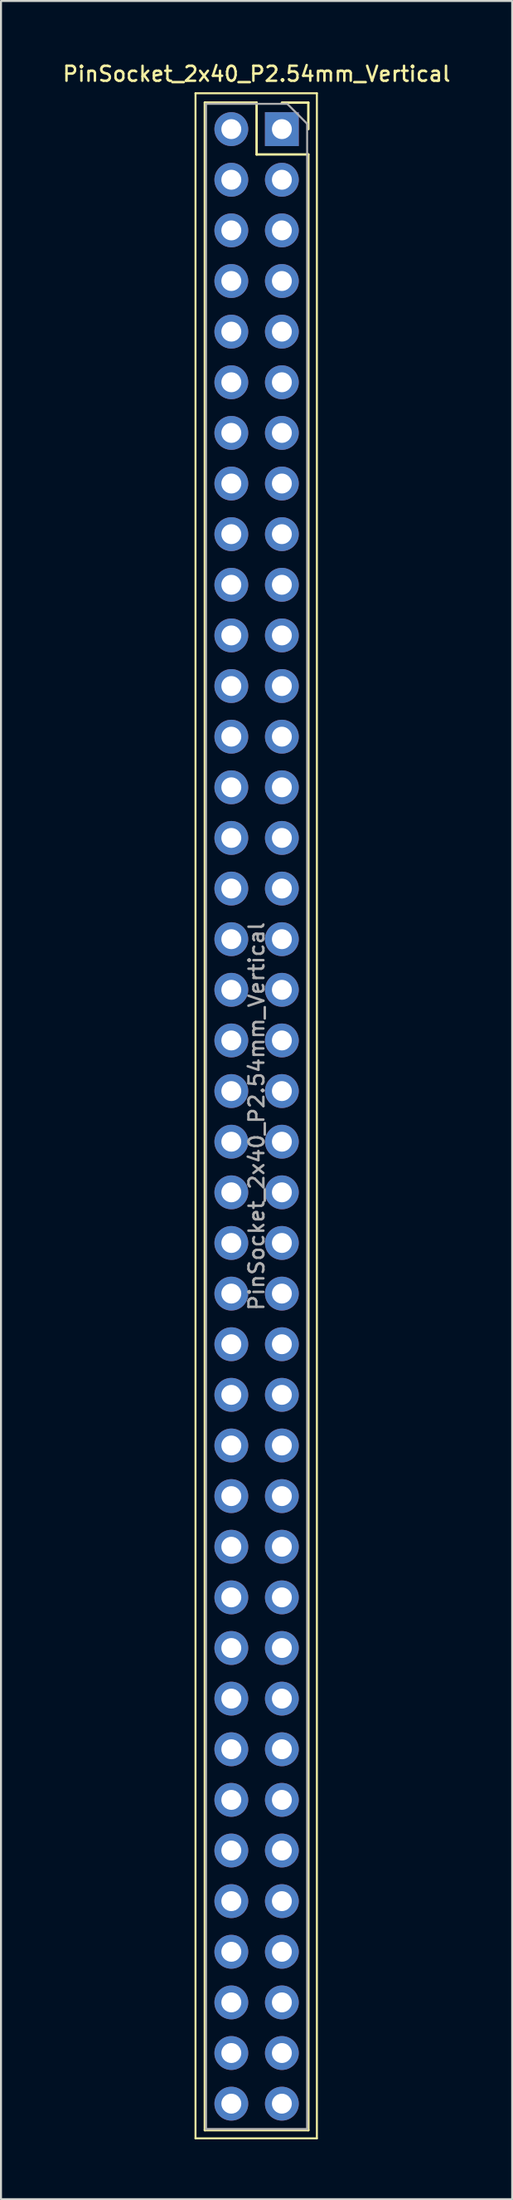
<source format=kicad_pcb>
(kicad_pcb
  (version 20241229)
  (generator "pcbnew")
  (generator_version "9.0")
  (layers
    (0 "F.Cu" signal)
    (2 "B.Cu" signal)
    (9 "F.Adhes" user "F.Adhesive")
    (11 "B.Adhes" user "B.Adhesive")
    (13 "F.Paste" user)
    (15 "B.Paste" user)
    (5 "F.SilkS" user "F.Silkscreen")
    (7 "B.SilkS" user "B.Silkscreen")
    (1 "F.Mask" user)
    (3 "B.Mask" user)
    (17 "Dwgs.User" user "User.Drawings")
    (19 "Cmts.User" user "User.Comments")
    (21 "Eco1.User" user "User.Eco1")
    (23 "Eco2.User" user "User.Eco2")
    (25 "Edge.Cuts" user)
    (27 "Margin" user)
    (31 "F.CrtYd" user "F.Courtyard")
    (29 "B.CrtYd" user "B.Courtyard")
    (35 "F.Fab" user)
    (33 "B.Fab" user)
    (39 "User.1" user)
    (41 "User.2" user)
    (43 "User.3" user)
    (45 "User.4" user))
  (footprint "PinSocket_2x40_P2.54mm_Vertical"
    (layer "F.Cu")
    (at 11.115 3.428)
    (property "Reference" "PinSocket_2x40_P2.54mm_Vertical" (at -1.27 -2.77 0) (layer "F.SilkS") (effects (font (size 0.75 0.75) (thickness 0.125))))
    (attr through_hole)
    (fp_line (start -4.34 -1.8) (end 1.76 -1.8) (stroke (width 0.1) (type solid)) (layer "F.SilkS"))
    (fp_line (start -4.34 100.8) (end -4.34 -1.8) (stroke (width 0.1) (type solid)) (layer "F.SilkS"))
    (fp_line (start -3.87 -1.33) (end -3.87 100.39) (stroke (width 0.12) (type solid)) (layer "F.SilkS"))
    (fp_line (start -3.87 -1.33) (end -1.27 -1.33) (stroke (width 0.12) (type solid)) (layer "F.SilkS"))
    (fp_line (start -3.87 100.39) (end 1.33 100.39) (stroke (width 0.12) (type solid)) (layer "F.SilkS"))
    (fp_line (start -1.27 -1.33) (end -1.27 1.27) (stroke (width 0.12) (type solid)) (layer "F.SilkS"))
    (fp_line (start -1.27 1.27) (end 1.33 1.27) (stroke (width 0.12) (type solid)) (layer "F.SilkS"))
    (fp_line (start 0 -1.33) (end 1.33 -1.33) (stroke (width 0.12) (type solid)) (layer "F.SilkS"))
    (fp_line (start 1.33 -1.33) (end 1.33 0) (stroke (width 0.12) (type solid)) (layer "F.SilkS"))
    (fp_line (start 1.33 1.27) (end 1.33 100.39) (stroke (width 0.12) (type solid)) (layer "F.SilkS"))
    (fp_line (start 1.76 -1.8) (end 1.76 100.8) (stroke (width 0.1) (type solid)) (layer "F.SilkS"))
    (fp_line (start 1.76 100.8) (end -4.34 100.8) (stroke (width 0.1) (type solid)) (layer "F.SilkS"))
    (fp_line (start -3.81 -1.27) (end 0.27 -1.27) (stroke (width 0.1) (type solid)) (layer "F.Fab"))
    (fp_line (start -3.81 100.33) (end -3.81 -1.27) (stroke (width 0.1) (type solid)) (layer "F.Fab"))
    (fp_line (start 0.27 -1.27) (end 1.27 -0.27) (stroke (width 0.1) (type solid)) (layer "F.Fab"))
    (fp_line (start 1.27 -0.27) (end 1.27 100.33) (stroke (width 0.1) (type solid)) (layer "F.Fab"))
    (fp_line (start 1.27 100.33) (end -3.81 100.33) (stroke (width 0.1) (type solid)) (layer "F.Fab"))
    (fp_text user "${REFERENCE}" (at -1.27 49.53 90) (layer "F.Fab") (effects (font (size 0.75 0.75) (thickness 0.125))))
    (pad "1" thru_hole rect (at 0 0) (size 1.7 1.7) (drill 1) (layers "*.Cu" "*.Mask"))
    (pad "2" thru_hole oval (at -2.54 0) (size 1.7 1.7) (drill 1) (layers "*.Cu" "*.Mask"))
    (pad "3" thru_hole oval (at 0 2.54) (size 1.7 1.7) (drill 1) (layers "*.Cu" "*.Mask"))
    (pad "4" thru_hole oval (at -2.54 2.54) (size 1.7 1.7) (drill 1) (layers "*.Cu" "*.Mask"))
    (pad "5" thru_hole oval (at 0 5.08) (size 1.7 1.7) (drill 1) (layers "*.Cu" "*.Mask"))
    (pad "6" thru_hole oval (at -2.54 5.08) (size 1.7 1.7) (drill 1) (layers "*.Cu" "*.Mask"))
    (pad "7" thru_hole oval (at 0 7.62) (size 1.7 1.7) (drill 1) (layers "*.Cu" "*.Mask"))
    (pad "8" thru_hole oval (at -2.54 7.62) (size 1.7 1.7) (drill 1) (layers "*.Cu" "*.Mask"))
    (pad "9" thru_hole oval (at 0 10.16) (size 1.7 1.7) (drill 1) (layers "*.Cu" "*.Mask"))
    (pad "10" thru_hole oval (at -2.54 10.16) (size 1.7 1.7) (drill 1) (layers "*.Cu" "*.Mask"))
    (pad "11" thru_hole oval (at 0 12.7) (size 1.7 1.7) (drill 1) (layers "*.Cu" "*.Mask"))
    (pad "12" thru_hole oval (at -2.54 12.7) (size 1.7 1.7) (drill 1) (layers "*.Cu" "*.Mask"))
    (pad "13" thru_hole oval (at 0 15.24) (size 1.7 1.7) (drill 1) (layers "*.Cu" "*.Mask"))
    (pad "14" thru_hole oval (at -2.54 15.24) (size 1.7 1.7) (drill 1) (layers "*.Cu" "*.Mask"))
    (pad "15" thru_hole oval (at 0 17.78) (size 1.7 1.7) (drill 1) (layers "*.Cu" "*.Mask"))
    (pad "16" thru_hole oval (at -2.54 17.78) (size 1.7 1.7) (drill 1) (layers "*.Cu" "*.Mask"))
    (pad "17" thru_hole oval (at 0 20.32) (size 1.7 1.7) (drill 1) (layers "*.Cu" "*.Mask"))
    (pad "18" thru_hole oval (at -2.54 20.32) (size 1.7 1.7) (drill 1) (layers "*.Cu" "*.Mask"))
    (pad "19" thru_hole oval (at 0 22.86) (size 1.7 1.7) (drill 1) (layers "*.Cu" "*.Mask"))
    (pad "20" thru_hole oval (at -2.54 22.86) (size 1.7 1.7) (drill 1) (layers "*.Cu" "*.Mask"))
    (pad "21" thru_hole oval (at 0 25.4) (size 1.7 1.7) (drill 1) (layers "*.Cu" "*.Mask"))
    (pad "22" thru_hole oval (at -2.54 25.4) (size 1.7 1.7) (drill 1) (layers "*.Cu" "*.Mask"))
    (pad "23" thru_hole oval (at 0 27.94) (size 1.7 1.7) (drill 1) (layers "*.Cu" "*.Mask"))
    (pad "24" thru_hole oval (at -2.54 27.94) (size 1.7 1.7) (drill 1) (layers "*.Cu" "*.Mask"))
    (pad "25" thru_hole oval (at 0 30.48) (size 1.7 1.7) (drill 1) (layers "*.Cu" "*.Mask"))
    (pad "26" thru_hole oval (at -2.54 30.48) (size 1.7 1.7) (drill 1) (layers "*.Cu" "*.Mask"))
    (pad "27" thru_hole oval (at 0 33.02) (size 1.7 1.7) (drill 1) (layers "*.Cu" "*.Mask"))
    (pad "28" thru_hole oval (at -2.54 33.02) (size 1.7 1.7) (drill 1) (layers "*.Cu" "*.Mask"))
    (pad "29" thru_hole oval (at 0 35.56) (size 1.7 1.7) (drill 1) (layers "*.Cu" "*.Mask"))
    (pad "30" thru_hole oval (at -2.54 35.56) (size 1.7 1.7) (drill 1) (layers "*.Cu" "*.Mask"))
    (pad "31" thru_hole oval (at 0 38.1) (size 1.7 1.7) (drill 1) (layers "*.Cu" "*.Mask"))
    (pad "32" thru_hole oval (at -2.54 38.1) (size 1.7 1.7) (drill 1) (layers "*.Cu" "*.Mask"))
    (pad "33" thru_hole oval (at 0 40.64) (size 1.7 1.7) (drill 1) (layers "*.Cu" "*.Mask"))
    (pad "34" thru_hole oval (at -2.54 40.64) (size 1.7 1.7) (drill 1) (layers "*.Cu" "*.Mask"))
    (pad "35" thru_hole oval (at 0 43.18) (size 1.7 1.7) (drill 1) (layers "*.Cu" "*.Mask"))
    (pad "36" thru_hole oval (at -2.54 43.18) (size 1.7 1.7) (drill 1) (layers "*.Cu" "*.Mask"))
    (pad "37" thru_hole oval (at 0 45.72) (size 1.7 1.7) (drill 1) (layers "*.Cu" "*.Mask"))
    (pad "38" thru_hole oval (at -2.54 45.72) (size 1.7 1.7) (drill 1) (layers "*.Cu" "*.Mask"))
    (pad "39" thru_hole oval (at 0 48.26) (size 1.7 1.7) (drill 1) (layers "*.Cu" "*.Mask"))
    (pad "40" thru_hole oval (at -2.54 48.26) (size 1.7 1.7) (drill 1) (layers "*.Cu" "*.Mask"))
    (pad "41" thru_hole oval (at 0 50.8) (size 1.7 1.7) (drill 1) (layers "*.Cu" "*.Mask"))
    (pad "42" thru_hole oval (at -2.54 50.8) (size 1.7 1.7) (drill 1) (layers "*.Cu" "*.Mask"))
    (pad "43" thru_hole oval (at 0 53.34) (size 1.7 1.7) (drill 1) (layers "*.Cu" "*.Mask"))
    (pad "44" thru_hole oval (at -2.54 53.34) (size 1.7 1.7) (drill 1) (layers "*.Cu" "*.Mask"))
    (pad "45" thru_hole oval (at 0 55.88) (size 1.7 1.7) (drill 1) (layers "*.Cu" "*.Mask"))
    (pad "46" thru_hole oval (at -2.54 55.88) (size 1.7 1.7) (drill 1) (layers "*.Cu" "*.Mask"))
    (pad "47" thru_hole oval (at 0 58.42) (size 1.7 1.7) (drill 1) (layers "*.Cu" "*.Mask"))
    (pad "48" thru_hole oval (at -2.54 58.42) (size 1.7 1.7) (drill 1) (layers "*.Cu" "*.Mask"))
    (pad "49" thru_hole oval (at 0 60.96) (size 1.7 1.7) (drill 1) (layers "*.Cu" "*.Mask"))
    (pad "50" thru_hole oval (at -2.54 60.96) (size 1.7 1.7) (drill 1) (layers "*.Cu" "*.Mask"))
    (pad "51" thru_hole oval (at 0 63.5) (size 1.7 1.7) (drill 1) (layers "*.Cu" "*.Mask"))
    (pad "52" thru_hole oval (at -2.54 63.5) (size 1.7 1.7) (drill 1) (layers "*.Cu" "*.Mask"))
    (pad "53" thru_hole oval (at 0 66.04) (size 1.7 1.7) (drill 1) (layers "*.Cu" "*.Mask"))
    (pad "54" thru_hole oval (at -2.54 66.04) (size 1.7 1.7) (drill 1) (layers "*.Cu" "*.Mask"))
    (pad "55" thru_hole oval (at 0 68.58) (size 1.7 1.7) (drill 1) (layers "*.Cu" "*.Mask"))
    (pad "56" thru_hole oval (at -2.54 68.58) (size 1.7 1.7) (drill 1) (layers "*.Cu" "*.Mask"))
    (pad "57" thru_hole oval (at 0 71.12) (size 1.7 1.7) (drill 1) (layers "*.Cu" "*.Mask"))
    (pad "58" thru_hole oval (at -2.54 71.12) (size 1.7 1.7) (drill 1) (layers "*.Cu" "*.Mask"))
    (pad "59" thru_hole oval (at 0 73.66) (size 1.7 1.7) (drill 1) (layers "*.Cu" "*.Mask"))
    (pad "60" thru_hole oval (at -2.54 73.66) (size 1.7 1.7) (drill 1) (layers "*.Cu" "*.Mask"))
    (pad "61" thru_hole oval (at 0 76.2) (size 1.7 1.7) (drill 1) (layers "*.Cu" "*.Mask"))
    (pad "62" thru_hole oval (at -2.54 76.2) (size 1.7 1.7) (drill 1) (layers "*.Cu" "*.Mask"))
    (pad "63" thru_hole oval (at 0 78.74) (size 1.7 1.7) (drill 1) (layers "*.Cu" "*.Mask"))
    (pad "64" thru_hole oval (at -2.54 78.74) (size 1.7 1.7) (drill 1) (layers "*.Cu" "*.Mask"))
    (pad "65" thru_hole oval (at 0 81.28) (size 1.7 1.7) (drill 1) (layers "*.Cu" "*.Mask"))
    (pad "66" thru_hole oval (at -2.54 81.28) (size 1.7 1.7) (drill 1) (layers "*.Cu" "*.Mask"))
    (pad "67" thru_hole oval (at 0 83.82) (size 1.7 1.7) (drill 1) (layers "*.Cu" "*.Mask"))
    (pad "68" thru_hole oval (at -2.54 83.82) (size 1.7 1.7) (drill 1) (layers "*.Cu" "*.Mask"))
    (pad "69" thru_hole oval (at 0 86.36) (size 1.7 1.7) (drill 1) (layers "*.Cu" "*.Mask"))
    (pad "70" thru_hole oval (at -2.54 86.36) (size 1.7 1.7) (drill 1) (layers "*.Cu" "*.Mask"))
    (pad "71" thru_hole oval (at 0 88.9) (size 1.7 1.7) (drill 1) (layers "*.Cu" "*.Mask"))
    (pad "72" thru_hole oval (at -2.54 88.9) (size 1.7 1.7) (drill 1) (layers "*.Cu" "*.Mask"))
    (pad "73" thru_hole oval (at 0 91.44) (size 1.7 1.7) (drill 1) (layers "*.Cu" "*.Mask"))
    (pad "74" thru_hole oval (at -2.54 91.44) (size 1.7 1.7) (drill 1) (layers "*.Cu" "*.Mask"))
    (pad "75" thru_hole oval (at 0 93.98) (size 1.7 1.7) (drill 1) (layers "*.Cu" "*.Mask"))
    (pad "76" thru_hole oval (at -2.54 93.98) (size 1.7 1.7) (drill 1) (layers "*.Cu" "*.Mask"))
    (pad "77" thru_hole oval (at 0 96.52) (size 1.7 1.7) (drill 1) (layers "*.Cu" "*.Mask"))
    (pad "78" thru_hole oval (at -2.54 96.52) (size 1.7 1.7) (drill 1) (layers "*.Cu" "*.Mask"))
    (pad "79" thru_hole oval (at 0 99.06) (size 1.7 1.7) (drill 1) (layers "*.Cu" "*.Mask"))
    (pad "80" thru_hole oval (at -2.54 99.06) (size 1.7 1.7) (drill 1) (layers "*.Cu" "*.Mask")))
  (gr_rect
    (start -3 -3)
    (end 22.689 107.278)
    (stroke (width 0.1) (type default))
    (fill no)
    (layer "Edge.Cuts")))
</source>
